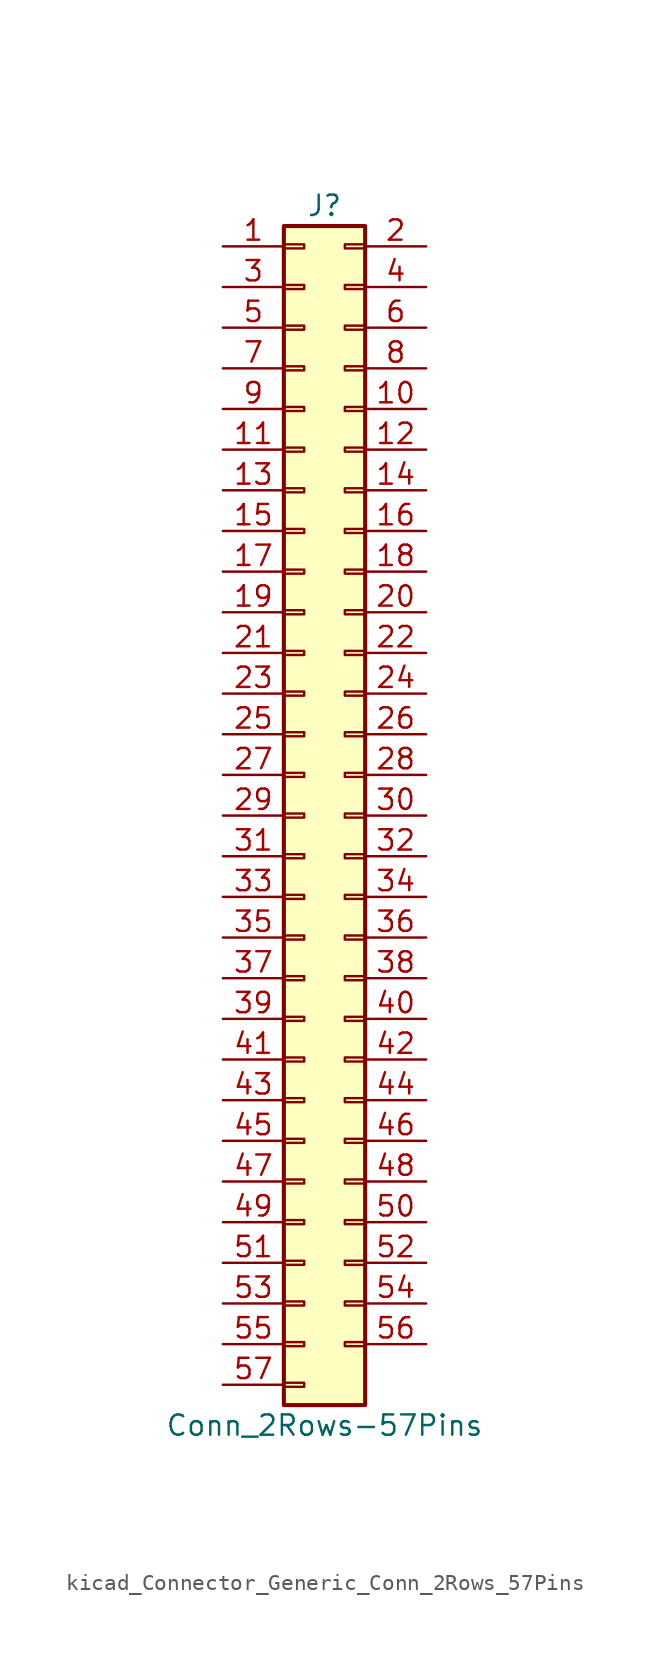
<source format=kicad_sym>
(kicad_symbol_lib
  (version 20220914)
  (generator kicad_symbol_editor)
  (symbol "kicad_Connector_Generic_Conn_2Rows_57Pins"
    (pin_names
      (offset 1.016) hide)
    (property "Reference" "J"
      (at 1.27 38.1 0)
      (effects (font (size 1.27 1.27))))
    (property "Value" "Conn_2Rows-57Pins"
      (at 1.27 -38.1 0)
      (effects (font (size 1.27 1.27))))
    (symbol "kicad_Connector_Generic_Conn_2Rows_57Pins_1_1"
      (rectangle (start -1.27 -35.433) (end 0 -35.687) (stroke (width 0.152) (type default)) (fill (type none)))
      (rectangle (start -1.27 -32.893) (end 0 -33.147) (stroke (width 0.152) (type default)) (fill (type none)))
      (rectangle (start -1.27 -30.353) (end 0 -30.607) (stroke (width 0.152) (type default)) (fill (type none)))
      (rectangle (start -1.27 -27.813) (end 0 -28.067) (stroke (width 0.152) (type default)) (fill (type none)))
      (rectangle (start -1.27 -25.273) (end 0 -25.527) (stroke (width 0.152) (type default)) (fill (type none)))
      (rectangle (start -1.27 -22.733) (end 0 -22.987) (stroke (width 0.152) (type default)) (fill (type none)))
      (rectangle (start -1.27 -20.193) (end 0 -20.447) (stroke (width 0.152) (type default)) (fill (type none)))
      (rectangle (start -1.27 -17.653) (end 0 -17.907) (stroke (width 0.152) (type default)) (fill (type none)))
      (rectangle (start -1.27 -15.113) (end 0 -15.367) (stroke (width 0.152) (type default)) (fill (type none)))
      (rectangle (start -1.27 -12.573) (end 0 -12.827) (stroke (width 0.152) (type default)) (fill (type none)))
      (rectangle (start -1.27 -10.033) (end 0 -10.287) (stroke (width 0.152) (type default)) (fill (type none)))
      (rectangle (start -1.27 -7.493) (end 0 -7.747) (stroke (width 0.152) (type default)) (fill (type none)))
      (rectangle (start -1.27 -4.953) (end 0 -5.207) (stroke (width 0.152) (type default)) (fill (type none)))
      (rectangle (start -1.27 -2.413) (end 0 -2.667) (stroke (width 0.152) (type default)) (fill (type none)))
      (rectangle (start -1.27 0.127) (end 0 -0.127) (stroke (width 0.152) (type default)) (fill (type none)))
      (rectangle (start -1.27 2.667) (end 0 2.413) (stroke (width 0.152) (type default)) (fill (type none)))
      (rectangle (start -1.27 5.207) (end 0 4.953) (stroke (width 0.152) (type default)) (fill (type none)))
      (rectangle (start -1.27 7.747) (end 0 7.493) (stroke (width 0.152) (type default)) (fill (type none)))
      (rectangle (start -1.27 10.287) (end 0 10.033) (stroke (width 0.152) (type default)) (fill (type none)))
      (rectangle (start -1.27 12.827) (end 0 12.573) (stroke (width 0.152) (type default)) (fill (type none)))
      (rectangle (start -1.27 15.367) (end 0 15.113) (stroke (width 0.152) (type default)) (fill (type none)))
      (rectangle (start -1.27 17.907) (end 0 17.653) (stroke (width 0.152) (type default)) (fill (type none)))
      (rectangle (start -1.27 20.447) (end 0 20.193) (stroke (width 0.152) (type default)) (fill (type none)))
      (rectangle (start -1.27 22.987) (end 0 22.733) (stroke (width 0.152) (type default)) (fill (type none)))
      (rectangle (start -1.27 25.527) (end 0 25.273) (stroke (width 0.152) (type default)) (fill (type none)))
      (rectangle (start -1.27 28.067) (end 0 27.813) (stroke (width 0.152) (type default)) (fill (type none)))
      (rectangle (start -1.27 30.607) (end 0 30.353) (stroke (width 0.152) (type default)) (fill (type none)))
      (rectangle (start -1.27 33.147) (end 0 32.893) (stroke (width 0.152) (type default)) (fill (type none)))
      (rectangle (start -1.27 35.687) (end 0 35.433) (stroke (width 0.152) (type default)) (fill (type none)))
      (rectangle (start -1.27 36.83) (end 3.81 -36.83) (stroke (width 0.254) (type default)) (fill (type background)))
      (rectangle (start 3.81 -32.893) (end 2.54 -33.147) (stroke (width 0.152) (type default)) (fill (type none)))
      (rectangle (start 3.81 -30.353) (end 2.54 -30.607) (stroke (width 0.152) (type default)) (fill (type none)))
      (rectangle (start 3.81 -27.813) (end 2.54 -28.067) (stroke (width 0.152) (type default)) (fill (type none)))
      (rectangle (start 3.81 -25.273) (end 2.54 -25.527) (stroke (width 0.152) (type default)) (fill (type none)))
      (rectangle (start 3.81 -22.733) (end 2.54 -22.987) (stroke (width 0.152) (type default)) (fill (type none)))
      (rectangle (start 3.81 -20.193) (end 2.54 -20.447) (stroke (width 0.152) (type default)) (fill (type none)))
      (rectangle (start 3.81 -17.653) (end 2.54 -17.907) (stroke (width 0.152) (type default)) (fill (type none)))
      (rectangle (start 3.81 -15.113) (end 2.54 -15.367) (stroke (width 0.152) (type default)) (fill (type none)))
      (rectangle (start 3.81 -12.573) (end 2.54 -12.827) (stroke (width 0.152) (type default)) (fill (type none)))
      (rectangle (start 3.81 -10.033) (end 2.54 -10.287) (stroke (width 0.152) (type default)) (fill (type none)))
      (rectangle (start 3.81 -7.493) (end 2.54 -7.747) (stroke (width 0.152) (type default)) (fill (type none)))
      (rectangle (start 3.81 -4.953) (end 2.54 -5.207) (stroke (width 0.152) (type default)) (fill (type none)))
      (rectangle (start 3.81 -2.413) (end 2.54 -2.667) (stroke (width 0.152) (type default)) (fill (type none)))
      (rectangle (start 3.81 0.127) (end 2.54 -0.127) (stroke (width 0.152) (type default)) (fill (type none)))
      (rectangle (start 3.81 2.667) (end 2.54 2.413) (stroke (width 0.152) (type default)) (fill (type none)))
      (rectangle (start 3.81 5.207) (end 2.54 4.953) (stroke (width 0.152) (type default)) (fill (type none)))
      (rectangle (start 3.81 7.747) (end 2.54 7.493) (stroke (width 0.152) (type default)) (fill (type none)))
      (rectangle (start 3.81 10.287) (end 2.54 10.033) (stroke (width 0.152) (type default)) (fill (type none)))
      (rectangle (start 3.81 12.827) (end 2.54 12.573) (stroke (width 0.152) (type default)) (fill (type none)))
      (rectangle (start 3.81 15.367) (end 2.54 15.113) (stroke (width 0.152) (type default)) (fill (type none)))
      (rectangle (start 3.81 17.907) (end 2.54 17.653) (stroke (width 0.152) (type default)) (fill (type none)))
      (rectangle (start 3.81 20.447) (end 2.54 20.193) (stroke (width 0.152) (type default)) (fill (type none)))
      (rectangle (start 3.81 22.987) (end 2.54 22.733) (stroke (width 0.152) (type default)) (fill (type none)))
      (rectangle (start 3.81 25.527) (end 2.54 25.273) (stroke (width 0.152) (type default)) (fill (type none)))
      (rectangle (start 3.81 28.067) (end 2.54 27.813) (stroke (width 0.152) (type default)) (fill (type none)))
      (rectangle (start 3.81 30.607) (end 2.54 30.353) (stroke (width 0.152) (type default)) (fill (type none)))
      (rectangle (start 3.81 33.147) (end 2.54 32.893) (stroke (width 0.152) (type default)) (fill (type none)))
      (rectangle (start 3.81 35.687) (end 2.54 35.433) (stroke (width 0.152) (type default)) (fill (type none)))
      (pin passive line (at -5.08 35.56 0) (length 3.81) (name "Pin_1" (effects (font (size 1.27 1.27)))) (number "1" (effects (font (size 1.27 1.27)))))
      (pin passive line (at 7.62 25.4 180) (length 3.81) (name "Pin_10" (effects (font (size 1.27 1.27)))) (number "10" (effects (font (size 1.27 1.27)))))
      (pin passive line (at -5.08 22.86 0) (length 3.81) (name "Pin_11" (effects (font (size 1.27 1.27)))) (number "11" (effects (font (size 1.27 1.27)))))
      (pin passive line (at 7.62 22.86 180) (length 3.81) (name "Pin_12" (effects (font (size 1.27 1.27)))) (number "12" (effects (font (size 1.27 1.27)))))
      (pin passive line (at -5.08 20.32 0) (length 3.81) (name "Pin_13" (effects (font (size 1.27 1.27)))) (number "13" (effects (font (size 1.27 1.27)))))
      (pin passive line (at 7.62 20.32 180) (length 3.81) (name "Pin_14" (effects (font (size 1.27 1.27)))) (number "14" (effects (font (size 1.27 1.27)))))
      (pin passive line (at -5.08 17.78 0) (length 3.81) (name "Pin_15" (effects (font (size 1.27 1.27)))) (number "15" (effects (font (size 1.27 1.27)))))
      (pin passive line (at 7.62 17.78 180) (length 3.81) (name "Pin_16" (effects (font (size 1.27 1.27)))) (number "16" (effects (font (size 1.27 1.27)))))
      (pin passive line (at -5.08 15.24 0) (length 3.81) (name "Pin_17" (effects (font (size 1.27 1.27)))) (number "17" (effects (font (size 1.27 1.27)))))
      (pin passive line (at 7.62 15.24 180) (length 3.81) (name "Pin_18" (effects (font (size 1.27 1.27)))) (number "18" (effects (font (size 1.27 1.27)))))
      (pin passive line (at -5.08 12.7 0) (length 3.81) (name "Pin_19" (effects (font (size 1.27 1.27)))) (number "19" (effects (font (size 1.27 1.27)))))
      (pin passive line (at 7.62 35.56 180) (length 3.81) (name "Pin_2" (effects (font (size 1.27 1.27)))) (number "2" (effects (font (size 1.27 1.27)))))
      (pin passive line (at 7.62 12.7 180) (length 3.81) (name "Pin_20" (effects (font (size 1.27 1.27)))) (number "20" (effects (font (size 1.27 1.27)))))
      (pin passive line (at -5.08 10.16 0) (length 3.81) (name "Pin_21" (effects (font (size 1.27 1.27)))) (number "21" (effects (font (size 1.27 1.27)))))
      (pin passive line (at 7.62 10.16 180) (length 3.81) (name "Pin_22" (effects (font (size 1.27 1.27)))) (number "22" (effects (font (size 1.27 1.27)))))
      (pin passive line (at -5.08 7.62 0) (length 3.81) (name "Pin_23" (effects (font (size 1.27 1.27)))) (number "23" (effects (font (size 1.27 1.27)))))
      (pin passive line (at 7.62 7.62 180) (length 3.81) (name "Pin_24" (effects (font (size 1.27 1.27)))) (number "24" (effects (font (size 1.27 1.27)))))
      (pin passive line (at -5.08 5.08 0) (length 3.81) (name "Pin_25" (effects (font (size 1.27 1.27)))) (number "25" (effects (font (size 1.27 1.27)))))
      (pin passive line (at 7.62 5.08 180) (length 3.81) (name "Pin_26" (effects (font (size 1.27 1.27)))) (number "26" (effects (font (size 1.27 1.27)))))
      (pin passive line (at -5.08 2.54 0) (length 3.81) (name "Pin_27" (effects (font (size 1.27 1.27)))) (number "27" (effects (font (size 1.27 1.27)))))
      (pin passive line (at 7.62 2.54 180) (length 3.81) (name "Pin_28" (effects (font (size 1.27 1.27)))) (number "28" (effects (font (size 1.27 1.27)))))
      (pin passive line (at -5.08 0 0) (length 3.81) (name "Pin_29" (effects (font (size 1.27 1.27)))) (number "29" (effects (font (size 1.27 1.27)))))
      (pin passive line (at -5.08 33.02 0) (length 3.81) (name "Pin_3" (effects (font (size 1.27 1.27)))) (number "3" (effects (font (size 1.27 1.27)))))
      (pin passive line (at 7.62 0 180) (length 3.81) (name "Pin_30" (effects (font (size 1.27 1.27)))) (number "30" (effects (font (size 1.27 1.27)))))
      (pin passive line (at -5.08 -2.54 0) (length 3.81) (name "Pin_31" (effects (font (size 1.27 1.27)))) (number "31" (effects (font (size 1.27 1.27)))))
      (pin passive line (at 7.62 -2.54 180) (length 3.81) (name "Pin_32" (effects (font (size 1.27 1.27)))) (number "32" (effects (font (size 1.27 1.27)))))
      (pin passive line (at -5.08 -5.08 0) (length 3.81) (name "Pin_33" (effects (font (size 1.27 1.27)))) (number "33" (effects (font (size 1.27 1.27)))))
      (pin passive line (at 7.62 -5.08 180) (length 3.81) (name "Pin_34" (effects (font (size 1.27 1.27)))) (number "34" (effects (font (size 1.27 1.27)))))
      (pin passive line (at -5.08 -7.62 0) (length 3.81) (name "Pin_35" (effects (font (size 1.27 1.27)))) (number "35" (effects (font (size 1.27 1.27)))))
      (pin passive line (at 7.62 -7.62 180) (length 3.81) (name "Pin_36" (effects (font (size 1.27 1.27)))) (number "36" (effects (font (size 1.27 1.27)))))
      (pin passive line (at -5.08 -10.16 0) (length 3.81) (name "Pin_37" (effects (font (size 1.27 1.27)))) (number "37" (effects (font (size 1.27 1.27)))))
      (pin passive line (at 7.62 -10.16 180) (length 3.81) (name "Pin_38" (effects (font (size 1.27 1.27)))) (number "38" (effects (font (size 1.27 1.27)))))
      (pin passive line (at -5.08 -12.7 0) (length 3.81) (name "Pin_39" (effects (font (size 1.27 1.27)))) (number "39" (effects (font (size 1.27 1.27)))))
      (pin passive line (at 7.62 33.02 180) (length 3.81) (name "Pin_4" (effects (font (size 1.27 1.27)))) (number "4" (effects (font (size 1.27 1.27)))))
      (pin passive line (at 7.62 -12.7 180) (length 3.81) (name "Pin_40" (effects (font (size 1.27 1.27)))) (number "40" (effects (font (size 1.27 1.27)))))
      (pin passive line (at -5.08 -15.24 0) (length 3.81) (name "Pin_41" (effects (font (size 1.27 1.27)))) (number "41" (effects (font (size 1.27 1.27)))))
      (pin passive line (at 7.62 -15.24 180) (length 3.81) (name "Pin_42" (effects (font (size 1.27 1.27)))) (number "42" (effects (font (size 1.27 1.27)))))
      (pin passive line (at -5.08 -17.78 0) (length 3.81) (name "Pin_43" (effects (font (size 1.27 1.27)))) (number "43" (effects (font (size 1.27 1.27)))))
      (pin passive line (at 7.62 -17.78 180) (length 3.81) (name "Pin_44" (effects (font (size 1.27 1.27)))) (number "44" (effects (font (size 1.27 1.27)))))
      (pin passive line (at -5.08 -20.32 0) (length 3.81) (name "Pin_45" (effects (font (size 1.27 1.27)))) (number "45" (effects (font (size 1.27 1.27)))))
      (pin passive line (at 7.62 -20.32 180) (length 3.81) (name "Pin_46" (effects (font (size 1.27 1.27)))) (number "46" (effects (font (size 1.27 1.27)))))
      (pin passive line (at -5.08 -22.86 0) (length 3.81) (name "Pin_47" (effects (font (size 1.27 1.27)))) (number "47" (effects (font (size 1.27 1.27)))))
      (pin passive line (at 7.62 -22.86 180) (length 3.81) (name "Pin_48" (effects (font (size 1.27 1.27)))) (number "48" (effects (font (size 1.27 1.27)))))
      (pin passive line (at -5.08 -25.4 0) (length 3.81) (name "Pin_49" (effects (font (size 1.27 1.27)))) (number "49" (effects (font (size 1.27 1.27)))))
      (pin passive line (at -5.08 30.48 0) (length 3.81) (name "Pin_5" (effects (font (size 1.27 1.27)))) (number "5" (effects (font (size 1.27 1.27)))))
      (pin passive line (at 7.62 -25.4 180) (length 3.81) (name "Pin_50" (effects (font (size 1.27 1.27)))) (number "50" (effects (font (size 1.27 1.27)))))
      (pin passive line (at -5.08 -27.94 0) (length 3.81) (name "Pin_51" (effects (font (size 1.27 1.27)))) (number "51" (effects (font (size 1.27 1.27)))))
      (pin passive line (at 7.62 -27.94 180) (length 3.81) (name "Pin_52" (effects (font (size 1.27 1.27)))) (number "52" (effects (font (size 1.27 1.27)))))
      (pin passive line (at -5.08 -30.48 0) (length 3.81) (name "Pin_53" (effects (font (size 1.27 1.27)))) (number "53" (effects (font (size 1.27 1.27)))))
      (pin passive line (at 7.62 -30.48 180) (length 3.81) (name "Pin_54" (effects (font (size 1.27 1.27)))) (number "54" (effects (font (size 1.27 1.27)))))
      (pin passive line (at -5.08 -33.02 0) (length 3.81) (name "Pin_55" (effects (font (size 1.27 1.27)))) (number "55" (effects (font (size 1.27 1.27)))))
      (pin passive line (at 7.62 -33.02 180) (length 3.81) (name "Pin_56" (effects (font (size 1.27 1.27)))) (number "56" (effects (font (size 1.27 1.27)))))
      (pin passive line (at -5.08 -35.56 0) (length 3.81) (name "Pin_57" (effects (font (size 1.27 1.27)))) (number "57" (effects (font (size 1.27 1.27)))))
      (pin passive line (at 7.62 30.48 180) (length 3.81) (name "Pin_6" (effects (font (size 1.27 1.27)))) (number "6" (effects (font (size 1.27 1.27)))))
      (pin passive line (at -5.08 27.94 0) (length 3.81) (name "Pin_7" (effects (font (size 1.27 1.27)))) (number "7" (effects (font (size 1.27 1.27)))))
      (pin passive line (at 7.62 27.94 180) (length 3.81) (name "Pin_8" (effects (font (size 1.27 1.27)))) (number "8" (effects (font (size 1.27 1.27)))))
      (pin passive line (at -5.08 25.4 0) (length 3.81) (name "Pin_9" (effects (font (size 1.27 1.27)))) (number "9" (effects (font (size 1.27 1.27))))))))
</source>
